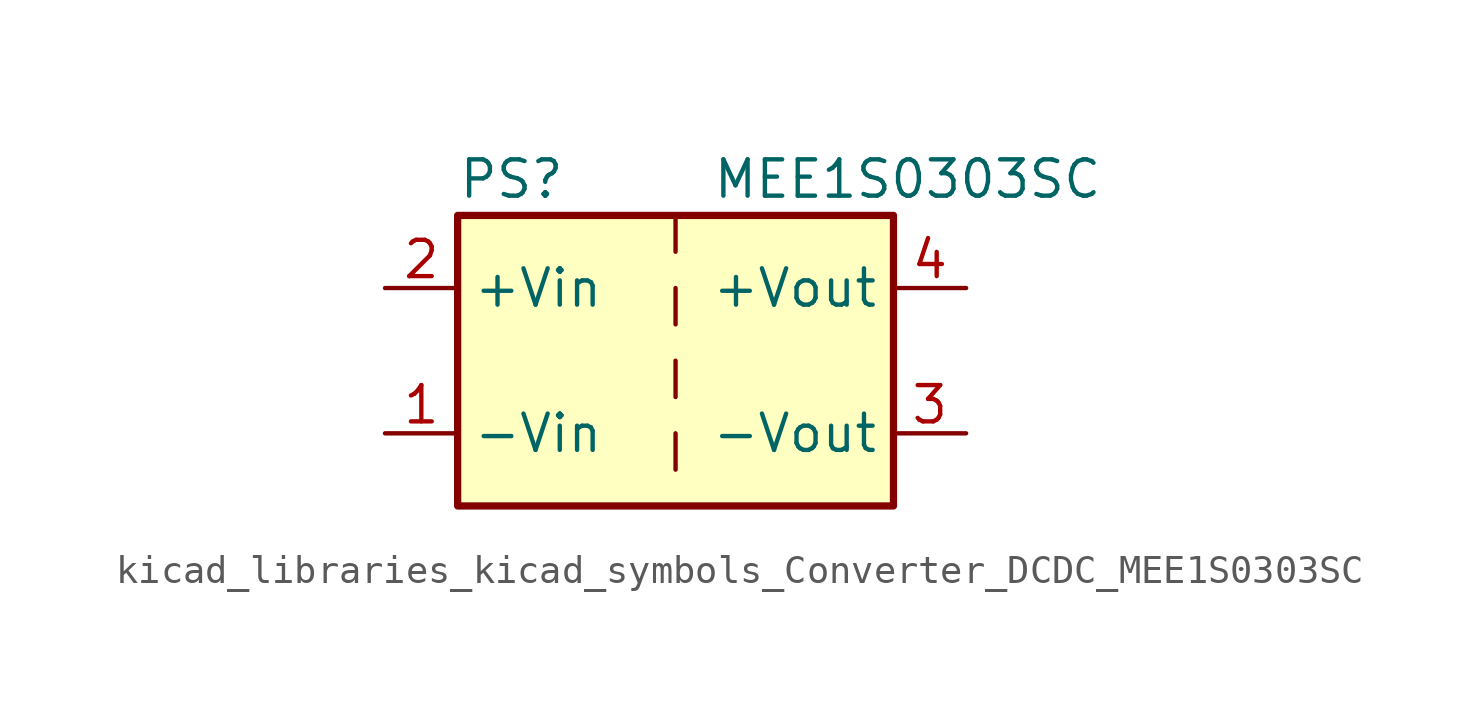
<source format=kicad_sym>
(kicad_symbol_lib
  (version 20220914)
  (generator kicad_symbol_editor)
  (symbol "kicad_libraries_kicad_symbols_Converter_DCDC_MEE1S0303SC"
    (property "Reference" "PS"
      (at -7.62 6.35 0)
      (effects (font (size 1.27 1.27)) (justify left)))
    (property "Value" "MEE1S0303SC"
      (at 1.27 6.35 0)
      (effects (font (size 1.27 1.27)) (justify left)))
    (symbol "kicad_libraries_kicad_symbols_Converter_DCDC_MEE1S0303SC_0_0"
      (pin power_in line (at -10.16 -2.54 0) (length 2.54) (name "-Vin" (effects (font (size 1.27 1.27)))) (number "1" (effects (font (size 1.27 1.27)))))
      (pin power_in line (at -10.16 2.54 0) (length 2.54) (name "+Vin" (effects (font (size 1.27 1.27)))) (number "2" (effects (font (size 1.27 1.27)))))
      (pin power_out line (at 10.16 -2.54 180) (length 2.54) (name "-Vout" (effects (font (size 1.27 1.27)))) (number "3" (effects (font (size 1.27 1.27)))))
      (pin power_out line (at 10.16 2.54 180) (length 2.54) (name "+Vout" (effects (font (size 1.27 1.27)))) (number "4" (effects (font (size 1.27 1.27))))))
    (symbol "kicad_libraries_kicad_symbols_Converter_DCDC_MEE1S0303SC_0_1"
      (rectangle (start -7.62 5.08) (end 7.62 -5.08) (stroke (width 0.254) (type default)) (fill (type background)))
      (polyline (pts (xy 0 -2.54) (xy 0 -3.81)) (stroke (width 0) (type default)) (fill (type none)))
      (polyline (pts (xy 0 0) (xy 0 -1.27)) (stroke (width 0) (type default)) (fill (type none)))
      (polyline (pts (xy 0 2.54) (xy 0 1.27)) (stroke (width 0) (type default)) (fill (type none)))
      (polyline (pts (xy 0 5.08) (xy 0 3.81)) (stroke (width 0) (type default)) (fill (type none))))))
</source>
